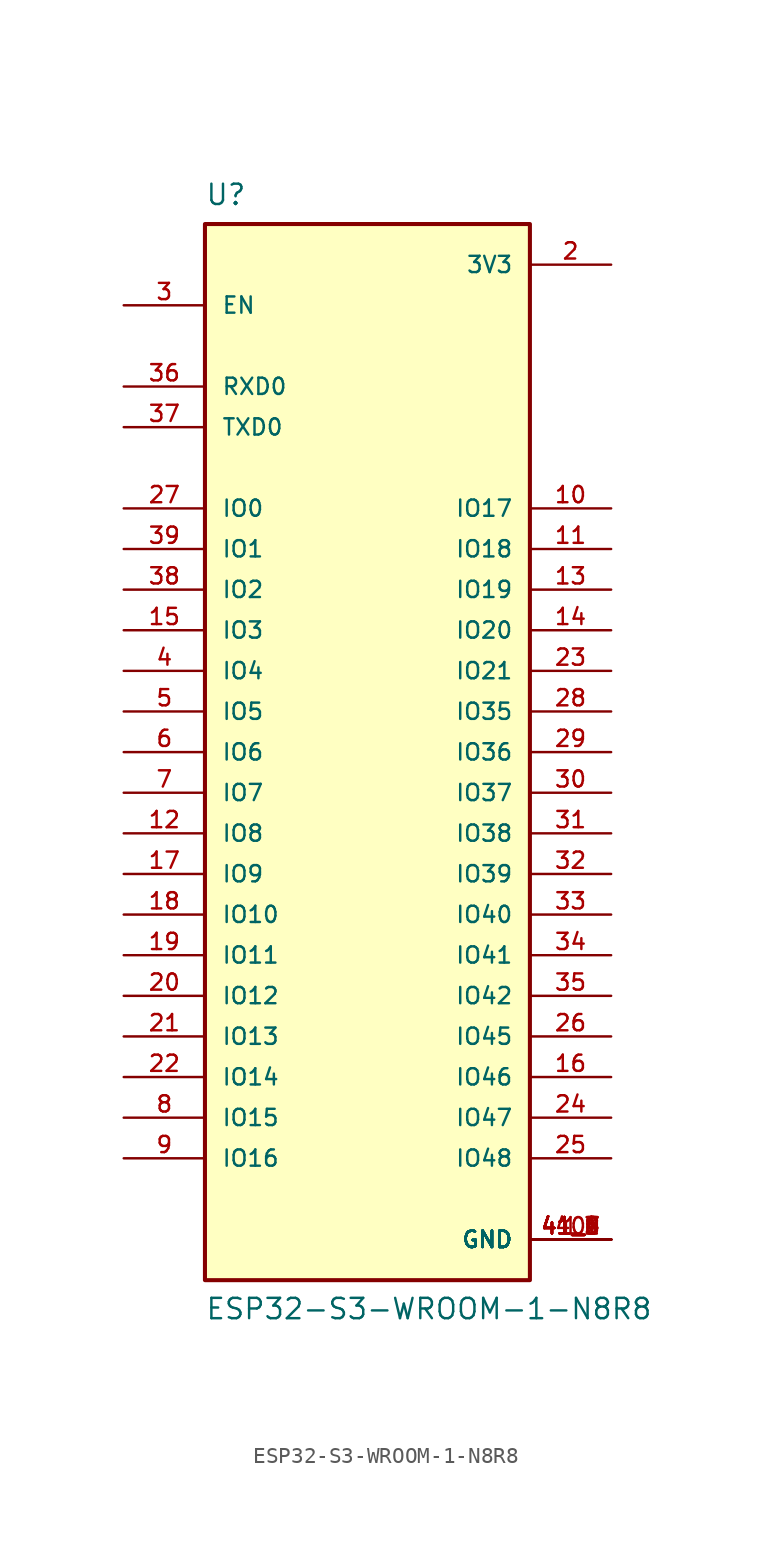
<source format=kicad_sym>
(kicad_symbol_lib
  (version 20211014)
  (generator kicad_symbol_editor)
  (symbol "ESP32-S3-WROOM-1-N8R8"
    (pin_names
      (offset 1.016))
    (property "Reference" "U"
      (at -10.16 34.112 0)
      (effects (font (size 1.27 1.27)) (justify left bottom)))
    (property "Value" "ESP32-S3-WROOM-1-N8R8"
      (at -10.16 -35.56 0)
      (effects (font (size 1.27 1.27)) (justify left bottom)))
    (property "ki_locked" ""
      (at 0 0 0)
      (effects (font (size 1.27 1.27))))
    (symbol "ESP32-S3-WROOM-1-N8R8_0_0"
      (rectangle (start -10.16 -33.02) (end 10.16 33.02) (stroke (width 0.254) (type default) (color 0 0 0 0)) (fill (type background)))
      (pin power_in line (at 15.24 -30.48 180) (length 5.08) (name "GND" (effects (font (size 1.016 1.016)))) (number "1" (effects (font (size 1.016 1.016)))))
      (pin bidirectional line (at 15.24 15.24 180) (length 5.08) (name "IO17" (effects (font (size 1.016 1.016)))) (number "10" (effects (font (size 1.016 1.016)))))
      (pin bidirectional line (at 15.24 12.7 180) (length 5.08) (name "IO18" (effects (font (size 1.016 1.016)))) (number "11" (effects (font (size 1.016 1.016)))))
      (pin bidirectional line (at -15.24 -5.08 0) (length 5.08) (name "IO8" (effects (font (size 1.016 1.016)))) (number "12" (effects (font (size 1.016 1.016)))))
      (pin bidirectional line (at 15.24 10.16 180) (length 5.08) (name "IO19" (effects (font (size 1.016 1.016)))) (number "13" (effects (font (size 1.016 1.016)))))
      (pin bidirectional line (at 15.24 7.62 180) (length 5.08) (name "IO20" (effects (font (size 1.016 1.016)))) (number "14" (effects (font (size 1.016 1.016)))))
      (pin bidirectional line (at -15.24 7.62 0) (length 5.08) (name "IO3" (effects (font (size 1.016 1.016)))) (number "15" (effects (font (size 1.016 1.016)))))
      (pin bidirectional line (at 15.24 -20.32 180) (length 5.08) (name "IO46" (effects (font (size 1.016 1.016)))) (number "16" (effects (font (size 1.016 1.016)))))
      (pin bidirectional line (at -15.24 -7.62 0) (length 5.08) (name "IO9" (effects (font (size 1.016 1.016)))) (number "17" (effects (font (size 1.016 1.016)))))
      (pin bidirectional line (at -15.24 -10.16 0) (length 5.08) (name "IO10" (effects (font (size 1.016 1.016)))) (number "18" (effects (font (size 1.016 1.016)))))
      (pin bidirectional line (at -15.24 -12.7 0) (length 5.08) (name "IO11" (effects (font (size 1.016 1.016)))) (number "19" (effects (font (size 1.016 1.016)))))
      (pin power_in line (at 15.24 30.48 180) (length 5.08) (name "3V3" (effects (font (size 1.016 1.016)))) (number "2" (effects (font (size 1.016 1.016)))))
      (pin bidirectional line (at -15.24 -15.24 0) (length 5.08) (name "IO12" (effects (font (size 1.016 1.016)))) (number "20" (effects (font (size 1.016 1.016)))))
      (pin bidirectional line (at -15.24 -17.78 0) (length 5.08) (name "IO13" (effects (font (size 1.016 1.016)))) (number "21" (effects (font (size 1.016 1.016)))))
      (pin bidirectional line (at -15.24 -20.32 0) (length 5.08) (name "IO14" (effects (font (size 1.016 1.016)))) (number "22" (effects (font (size 1.016 1.016)))))
      (pin bidirectional line (at 15.24 5.08 180) (length 5.08) (name "IO21" (effects (font (size 1.016 1.016)))) (number "23" (effects (font (size 1.016 1.016)))))
      (pin bidirectional line (at 15.24 -22.86 180) (length 5.08) (name "IO47" (effects (font (size 1.016 1.016)))) (number "24" (effects (font (size 1.016 1.016)))))
      (pin bidirectional line (at 15.24 -25.4 180) (length 5.08) (name "IO48" (effects (font (size 1.016 1.016)))) (number "25" (effects (font (size 1.016 1.016)))))
      (pin bidirectional line (at 15.24 -17.78 180) (length 5.08) (name "IO45" (effects (font (size 1.016 1.016)))) (number "26" (effects (font (size 1.016 1.016)))))
      (pin bidirectional line (at -15.24 15.24 0) (length 5.08) (name "IO0" (effects (font (size 1.016 1.016)))) (number "27" (effects (font (size 1.016 1.016)))))
      (pin bidirectional line (at 15.24 2.54 180) (length 5.08) (name "IO35" (effects (font (size 1.016 1.016)))) (number "28" (effects (font (size 1.016 1.016)))))
      (pin bidirectional line (at 15.24 0 180) (length 5.08) (name "IO36" (effects (font (size 1.016 1.016)))) (number "29" (effects (font (size 1.016 1.016)))))
      (pin input line (at -15.24 27.94 0) (length 5.08) (name "EN" (effects (font (size 1.016 1.016)))) (number "3" (effects (font (size 1.016 1.016)))))
      (pin bidirectional line (at 15.24 -2.54 180) (length 5.08) (name "IO37" (effects (font (size 1.016 1.016)))) (number "30" (effects (font (size 1.016 1.016)))))
      (pin bidirectional line (at 15.24 -5.08 180) (length 5.08) (name "IO38" (effects (font (size 1.016 1.016)))) (number "31" (effects (font (size 1.016 1.016)))))
      (pin bidirectional line (at 15.24 -7.62 180) (length 5.08) (name "IO39" (effects (font (size 1.016 1.016)))) (number "32" (effects (font (size 1.016 1.016)))))
      (pin bidirectional line (at 15.24 -10.16 180) (length 5.08) (name "IO40" (effects (font (size 1.016 1.016)))) (number "33" (effects (font (size 1.016 1.016)))))
      (pin bidirectional line (at 15.24 -12.7 180) (length 5.08) (name "IO41" (effects (font (size 1.016 1.016)))) (number "34" (effects (font (size 1.016 1.016)))))
      (pin bidirectional line (at 15.24 -15.24 180) (length 5.08) (name "IO42" (effects (font (size 1.016 1.016)))) (number "35" (effects (font (size 1.016 1.016)))))
      (pin bidirectional line (at -15.24 22.86 0) (length 5.08) (name "RXD0" (effects (font (size 1.016 1.016)))) (number "36" (effects (font (size 1.016 1.016)))))
      (pin bidirectional line (at -15.24 20.32 0) (length 5.08) (name "TXD0" (effects (font (size 1.016 1.016)))) (number "37" (effects (font (size 1.016 1.016)))))
      (pin bidirectional line (at -15.24 10.16 0) (length 5.08) (name "IO2" (effects (font (size 1.016 1.016)))) (number "38" (effects (font (size 1.016 1.016)))))
      (pin bidirectional line (at -15.24 12.7 0) (length 5.08) (name "IO1" (effects (font (size 1.016 1.016)))) (number "39" (effects (font (size 1.016 1.016)))))
      (pin bidirectional line (at -15.24 5.08 0) (length 5.08) (name "IO4" (effects (font (size 1.016 1.016)))) (number "4" (effects (font (size 1.016 1.016)))))
      (pin power_in line (at 15.24 -30.48 180) (length 5.08) (name "GND" (effects (font (size 1.016 1.016)))) (number "40" (effects (font (size 1.016 1.016)))))
      (pin power_in line (at 15.24 -30.48 180) (length 5.08) (name "GND" (effects (font (size 1.016 1.016)))) (number "41_1" (effects (font (size 1.016 1.016)))))
      (pin power_in line (at 15.24 -30.48 180) (length 5.08) (name "GND" (effects (font (size 1.016 1.016)))) (number "41_2" (effects (font (size 1.016 1.016)))))
      (pin power_in line (at 15.24 -30.48 180) (length 5.08) (name "GND" (effects (font (size 1.016 1.016)))) (number "41_3" (effects (font (size 1.016 1.016)))))
      (pin power_in line (at 15.24 -30.48 180) (length 5.08) (name "GND" (effects (font (size 1.016 1.016)))) (number "41_4" (effects (font (size 1.016 1.016)))))
      (pin power_in line (at 15.24 -30.48 180) (length 5.08) (name "GND" (effects (font (size 1.016 1.016)))) (number "41_5" (effects (font (size 1.016 1.016)))))
      (pin power_in line (at 15.24 -30.48 180) (length 5.08) (name "GND" (effects (font (size 1.016 1.016)))) (number "41_6" (effects (font (size 1.016 1.016)))))
      (pin power_in line (at 15.24 -30.48 180) (length 5.08) (name "GND" (effects (font (size 1.016 1.016)))) (number "41_7" (effects (font (size 1.016 1.016)))))
      (pin power_in line (at 15.24 -30.48 180) (length 5.08) (name "GND" (effects (font (size 1.016 1.016)))) (number "41_8" (effects (font (size 1.016 1.016)))))
      (pin power_in line (at 15.24 -30.48 180) (length 5.08) (name "GND" (effects (font (size 1.016 1.016)))) (number "41_9" (effects (font (size 1.016 1.016)))))
      (pin bidirectional line (at -15.24 2.54 0) (length 5.08) (name "IO5" (effects (font (size 1.016 1.016)))) (number "5" (effects (font (size 1.016 1.016)))))
      (pin bidirectional line (at -15.24 0 0) (length 5.08) (name "IO6" (effects (font (size 1.016 1.016)))) (number "6" (effects (font (size 1.016 1.016)))))
      (pin bidirectional line (at -15.24 -2.54 0) (length 5.08) (name "IO7" (effects (font (size 1.016 1.016)))) (number "7" (effects (font (size 1.016 1.016)))))
      (pin bidirectional line (at -15.24 -22.86 0) (length 5.08) (name "IO15" (effects (font (size 1.016 1.016)))) (number "8" (effects (font (size 1.016 1.016)))))
      (pin bidirectional line (at -15.24 -25.4 0) (length 5.08) (name "IO16" (effects (font (size 1.016 1.016)))) (number "9" (effects (font (size 1.016 1.016))))))))
</source>
